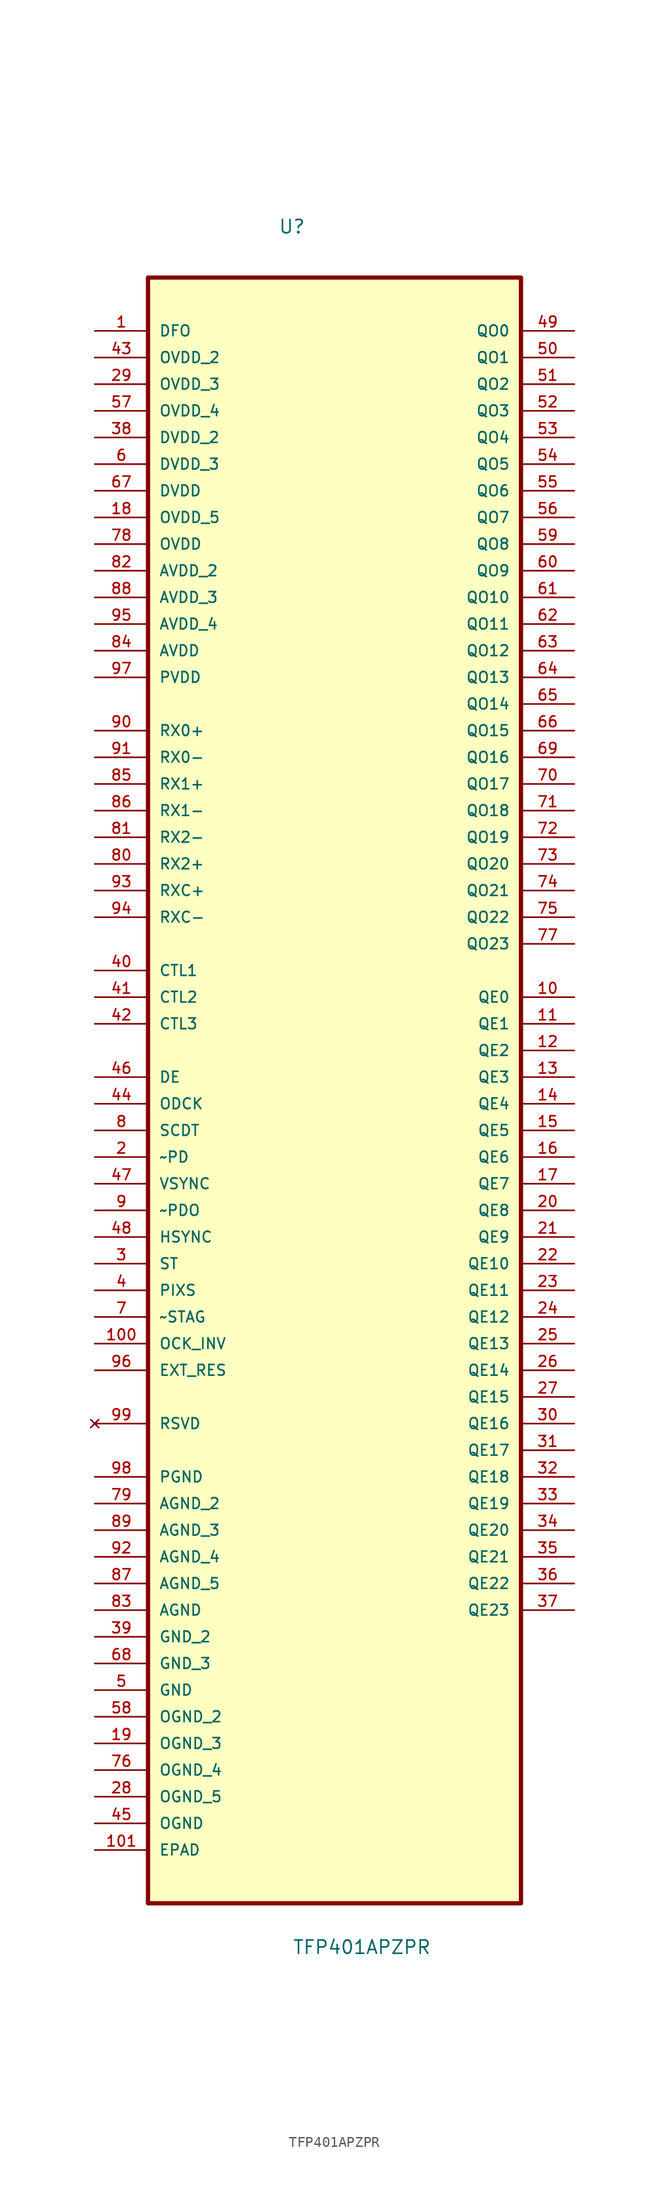
<source format=kicad_sym>
(kicad_symbol_lib
  (version 20231120)
  (generator "kicad_symbol_editor")
  (generator_version "8.0")
  (symbol "TFP401APZPR"
    (pin_names
      (offset 1.016))
    (property "Reference" "U"
      (at -5.364 77.766 0)
      (effects (font (size 1.27 1.27)) (justify left bottom)))
    (property "Value" "TFP401APZPR"
      (at -4.019 -86.206 0)
      (effects (font (size 1.27 1.27)) (justify left bottom)))
    (symbol "TFP401APZPR_0_0"
      (rectangle (start -17.78 -81.28) (end 17.78 73.66) (stroke (width 0.406) (type default)) (fill (type background)))
      (pin input line (at -22.86 68.58 0) (length 5.08) (name "DFO" (effects (font (size 1.016 1.016)))) (number "1" (effects (font (size 1.016 1.016)))))
      (pin output line (at 22.86 5.08 180) (length 5.08) (name "QE0" (effects (font (size 1.016 1.016)))) (number "10" (effects (font (size 1.016 1.016)))))
      (pin input line (at -22.86 -27.94 0) (length 5.08) (name "OCK_INV" (effects (font (size 1.016 1.016)))) (number "100" (effects (font (size 1.016 1.016)))))
      (pin passive line (at -22.86 -76.2 0) (length 5.08) (name "EPAD" (effects (font (size 1.016 1.016)))) (number "101" (effects (font (size 1.016 1.016)))))
      (pin output line (at 22.86 2.54 180) (length 5.08) (name "QE1" (effects (font (size 1.016 1.016)))) (number "11" (effects (font (size 1.016 1.016)))))
      (pin output line (at 22.86 0 180) (length 5.08) (name "QE2" (effects (font (size 1.016 1.016)))) (number "12" (effects (font (size 1.016 1.016)))))
      (pin output line (at 22.86 -2.54 180) (length 5.08) (name "QE3" (effects (font (size 1.016 1.016)))) (number "13" (effects (font (size 1.016 1.016)))))
      (pin output line (at 22.86 -5.08 180) (length 5.08) (name "QE4" (effects (font (size 1.016 1.016)))) (number "14" (effects (font (size 1.016 1.016)))))
      (pin output line (at 22.86 -7.62 180) (length 5.08) (name "QE5" (effects (font (size 1.016 1.016)))) (number "15" (effects (font (size 1.016 1.016)))))
      (pin output line (at 22.86 -10.16 180) (length 5.08) (name "QE6" (effects (font (size 1.016 1.016)))) (number "16" (effects (font (size 1.016 1.016)))))
      (pin output line (at 22.86 -12.7 180) (length 5.08) (name "QE7" (effects (font (size 1.016 1.016)))) (number "17" (effects (font (size 1.016 1.016)))))
      (pin power_in line (at -22.86 50.8 0) (length 5.08) (name "OVDD_5" (effects (font (size 1.016 1.016)))) (number "18" (effects (font (size 1.016 1.016)))))
      (pin passive line (at -22.86 -66.04 0) (length 5.08) (name "OGND_3" (effects (font (size 1.016 1.016)))) (number "19" (effects (font (size 1.016 1.016)))))
      (pin input line (at -22.86 -10.16 0) (length 5.08) (name "~PD" (effects (font (size 1.016 1.016)))) (number "2" (effects (font (size 1.016 1.016)))))
      (pin output line (at 22.86 -15.24 180) (length 5.08) (name "QE8" (effects (font (size 1.016 1.016)))) (number "20" (effects (font (size 1.016 1.016)))))
      (pin output line (at 22.86 -17.78 180) (length 5.08) (name "QE9" (effects (font (size 1.016 1.016)))) (number "21" (effects (font (size 1.016 1.016)))))
      (pin output line (at 22.86 -20.32 180) (length 5.08) (name "QE10" (effects (font (size 1.016 1.016)))) (number "22" (effects (font (size 1.016 1.016)))))
      (pin output line (at 22.86 -22.86 180) (length 5.08) (name "QE11" (effects (font (size 1.016 1.016)))) (number "23" (effects (font (size 1.016 1.016)))))
      (pin output line (at 22.86 -25.4 180) (length 5.08) (name "QE12" (effects (font (size 1.016 1.016)))) (number "24" (effects (font (size 1.016 1.016)))))
      (pin output line (at 22.86 -27.94 180) (length 5.08) (name "QE13" (effects (font (size 1.016 1.016)))) (number "25" (effects (font (size 1.016 1.016)))))
      (pin output line (at 22.86 -30.48 180) (length 5.08) (name "QE14" (effects (font (size 1.016 1.016)))) (number "26" (effects (font (size 1.016 1.016)))))
      (pin output line (at 22.86 -33.02 180) (length 5.08) (name "QE15" (effects (font (size 1.016 1.016)))) (number "27" (effects (font (size 1.016 1.016)))))
      (pin passive line (at -22.86 -71.12 0) (length 5.08) (name "OGND_5" (effects (font (size 1.016 1.016)))) (number "28" (effects (font (size 1.016 1.016)))))
      (pin power_in line (at -22.86 63.5 0) (length 5.08) (name "OVDD_3" (effects (font (size 1.016 1.016)))) (number "29" (effects (font (size 1.016 1.016)))))
      (pin input line (at -22.86 -20.32 0) (length 5.08) (name "ST" (effects (font (size 1.016 1.016)))) (number "3" (effects (font (size 1.016 1.016)))))
      (pin output line (at 22.86 -35.56 180) (length 5.08) (name "QE16" (effects (font (size 1.016 1.016)))) (number "30" (effects (font (size 1.016 1.016)))))
      (pin output line (at 22.86 -38.1 180) (length 5.08) (name "QE17" (effects (font (size 1.016 1.016)))) (number "31" (effects (font (size 1.016 1.016)))))
      (pin output line (at 22.86 -40.64 180) (length 5.08) (name "QE18" (effects (font (size 1.016 1.016)))) (number "32" (effects (font (size 1.016 1.016)))))
      (pin output line (at 22.86 -43.18 180) (length 5.08) (name "QE19" (effects (font (size 1.016 1.016)))) (number "33" (effects (font (size 1.016 1.016)))))
      (pin output line (at 22.86 -45.72 180) (length 5.08) (name "QE20" (effects (font (size 1.016 1.016)))) (number "34" (effects (font (size 1.016 1.016)))))
      (pin output line (at 22.86 -48.26 180) (length 5.08) (name "QE21" (effects (font (size 1.016 1.016)))) (number "35" (effects (font (size 1.016 1.016)))))
      (pin output line (at 22.86 -50.8 180) (length 5.08) (name "QE22" (effects (font (size 1.016 1.016)))) (number "36" (effects (font (size 1.016 1.016)))))
      (pin output line (at 22.86 -53.34 180) (length 5.08) (name "QE23" (effects (font (size 1.016 1.016)))) (number "37" (effects (font (size 1.016 1.016)))))
      (pin power_in line (at -22.86 58.42 0) (length 5.08) (name "DVDD_2" (effects (font (size 1.016 1.016)))) (number "38" (effects (font (size 1.016 1.016)))))
      (pin passive line (at -22.86 -55.88 0) (length 5.08) (name "GND_2" (effects (font (size 1.016 1.016)))) (number "39" (effects (font (size 1.016 1.016)))))
      (pin input line (at -22.86 -22.86 0) (length 5.08) (name "PIXS" (effects (font (size 1.016 1.016)))) (number "4" (effects (font (size 1.016 1.016)))))
      (pin output line (at -22.86 7.62 0) (length 5.08) (name "CTL1" (effects (font (size 1.016 1.016)))) (number "40" (effects (font (size 1.016 1.016)))))
      (pin output line (at -22.86 5.08 0) (length 5.08) (name "CTL2" (effects (font (size 1.016 1.016)))) (number "41" (effects (font (size 1.016 1.016)))))
      (pin output line (at -22.86 2.54 0) (length 5.08) (name "CTL3" (effects (font (size 1.016 1.016)))) (number "42" (effects (font (size 1.016 1.016)))))
      (pin power_in line (at -22.86 66.04 0) (length 5.08) (name "OVDD_2" (effects (font (size 1.016 1.016)))) (number "43" (effects (font (size 1.016 1.016)))))
      (pin output line (at -22.86 -5.08 0) (length 5.08) (name "ODCK" (effects (font (size 1.016 1.016)))) (number "44" (effects (font (size 1.016 1.016)))))
      (pin passive line (at -22.86 -73.66 0) (length 5.08) (name "OGND" (effects (font (size 1.016 1.016)))) (number "45" (effects (font (size 1.016 1.016)))))
      (pin output line (at -22.86 -2.54 0) (length 5.08) (name "DE" (effects (font (size 1.016 1.016)))) (number "46" (effects (font (size 1.016 1.016)))))
      (pin output line (at -22.86 -12.7 0) (length 5.08) (name "VSYNC" (effects (font (size 1.016 1.016)))) (number "47" (effects (font (size 1.016 1.016)))))
      (pin output line (at -22.86 -17.78 0) (length 5.08) (name "HSYNC" (effects (font (size 1.016 1.016)))) (number "48" (effects (font (size 1.016 1.016)))))
      (pin output line (at 22.86 68.58 180) (length 5.08) (name "QO0" (effects (font (size 1.016 1.016)))) (number "49" (effects (font (size 1.016 1.016)))))
      (pin passive line (at -22.86 -60.96 0) (length 5.08) (name "GND" (effects (font (size 1.016 1.016)))) (number "5" (effects (font (size 1.016 1.016)))))
      (pin output line (at 22.86 66.04 180) (length 5.08) (name "QO1" (effects (font (size 1.016 1.016)))) (number "50" (effects (font (size 1.016 1.016)))))
      (pin output line (at 22.86 63.5 180) (length 5.08) (name "QO2" (effects (font (size 1.016 1.016)))) (number "51" (effects (font (size 1.016 1.016)))))
      (pin output line (at 22.86 60.96 180) (length 5.08) (name "QO3" (effects (font (size 1.016 1.016)))) (number "52" (effects (font (size 1.016 1.016)))))
      (pin output line (at 22.86 58.42 180) (length 5.08) (name "QO4" (effects (font (size 1.016 1.016)))) (number "53" (effects (font (size 1.016 1.016)))))
      (pin output line (at 22.86 55.88 180) (length 5.08) (name "QO5" (effects (font (size 1.016 1.016)))) (number "54" (effects (font (size 1.016 1.016)))))
      (pin output line (at 22.86 53.34 180) (length 5.08) (name "QO6" (effects (font (size 1.016 1.016)))) (number "55" (effects (font (size 1.016 1.016)))))
      (pin output line (at 22.86 50.8 180) (length 5.08) (name "QO7" (effects (font (size 1.016 1.016)))) (number "56" (effects (font (size 1.016 1.016)))))
      (pin power_in line (at -22.86 60.96 0) (length 5.08) (name "OVDD_4" (effects (font (size 1.016 1.016)))) (number "57" (effects (font (size 1.016 1.016)))))
      (pin passive line (at -22.86 -63.5 0) (length 5.08) (name "OGND_2" (effects (font (size 1.016 1.016)))) (number "58" (effects (font (size 1.016 1.016)))))
      (pin output line (at 22.86 48.26 180) (length 5.08) (name "QO8" (effects (font (size 1.016 1.016)))) (number "59" (effects (font (size 1.016 1.016)))))
      (pin power_in line (at -22.86 55.88 0) (length 5.08) (name "DVDD_3" (effects (font (size 1.016 1.016)))) (number "6" (effects (font (size 1.016 1.016)))))
      (pin output line (at 22.86 45.72 180) (length 5.08) (name "QO9" (effects (font (size 1.016 1.016)))) (number "60" (effects (font (size 1.016 1.016)))))
      (pin output line (at 22.86 43.18 180) (length 5.08) (name "QO10" (effects (font (size 1.016 1.016)))) (number "61" (effects (font (size 1.016 1.016)))))
      (pin output line (at 22.86 40.64 180) (length 5.08) (name "QO11" (effects (font (size 1.016 1.016)))) (number "62" (effects (font (size 1.016 1.016)))))
      (pin output line (at 22.86 38.1 180) (length 5.08) (name "QO12" (effects (font (size 1.016 1.016)))) (number "63" (effects (font (size 1.016 1.016)))))
      (pin output line (at 22.86 35.56 180) (length 5.08) (name "QO13" (effects (font (size 1.016 1.016)))) (number "64" (effects (font (size 1.016 1.016)))))
      (pin output line (at 22.86 33.02 180) (length 5.08) (name "QO14" (effects (font (size 1.016 1.016)))) (number "65" (effects (font (size 1.016 1.016)))))
      (pin output line (at 22.86 30.48 180) (length 5.08) (name "QO15" (effects (font (size 1.016 1.016)))) (number "66" (effects (font (size 1.016 1.016)))))
      (pin power_in line (at -22.86 53.34 0) (length 5.08) (name "DVDD" (effects (font (size 1.016 1.016)))) (number "67" (effects (font (size 1.016 1.016)))))
      (pin passive line (at -22.86 -58.42 0) (length 5.08) (name "GND_3" (effects (font (size 1.016 1.016)))) (number "68" (effects (font (size 1.016 1.016)))))
      (pin output line (at 22.86 27.94 180) (length 5.08) (name "QO16" (effects (font (size 1.016 1.016)))) (number "69" (effects (font (size 1.016 1.016)))))
      (pin input line (at -22.86 -25.4 0) (length 5.08) (name "~STAG" (effects (font (size 1.016 1.016)))) (number "7" (effects (font (size 1.016 1.016)))))
      (pin output line (at 22.86 25.4 180) (length 5.08) (name "QO17" (effects (font (size 1.016 1.016)))) (number "70" (effects (font (size 1.016 1.016)))))
      (pin output line (at 22.86 22.86 180) (length 5.08) (name "QO18" (effects (font (size 1.016 1.016)))) (number "71" (effects (font (size 1.016 1.016)))))
      (pin output line (at 22.86 20.32 180) (length 5.08) (name "QO19" (effects (font (size 1.016 1.016)))) (number "72" (effects (font (size 1.016 1.016)))))
      (pin output line (at 22.86 17.78 180) (length 5.08) (name "QO20" (effects (font (size 1.016 1.016)))) (number "73" (effects (font (size 1.016 1.016)))))
      (pin output line (at 22.86 15.24 180) (length 5.08) (name "QO21" (effects (font (size 1.016 1.016)))) (number "74" (effects (font (size 1.016 1.016)))))
      (pin output line (at 22.86 12.7 180) (length 5.08) (name "QO22" (effects (font (size 1.016 1.016)))) (number "75" (effects (font (size 1.016 1.016)))))
      (pin passive line (at -22.86 -68.58 0) (length 5.08) (name "OGND_4" (effects (font (size 1.016 1.016)))) (number "76" (effects (font (size 1.016 1.016)))))
      (pin output line (at 22.86 10.16 180) (length 5.08) (name "QO23" (effects (font (size 1.016 1.016)))) (number "77" (effects (font (size 1.016 1.016)))))
      (pin power_in line (at -22.86 48.26 0) (length 5.08) (name "OVDD" (effects (font (size 1.016 1.016)))) (number "78" (effects (font (size 1.016 1.016)))))
      (pin passive line (at -22.86 -43.18 0) (length 5.08) (name "AGND_2" (effects (font (size 1.016 1.016)))) (number "79" (effects (font (size 1.016 1.016)))))
      (pin output line (at -22.86 -7.62 0) (length 5.08) (name "SCDT" (effects (font (size 1.016 1.016)))) (number "8" (effects (font (size 1.016 1.016)))))
      (pin input line (at -22.86 17.78 0) (length 5.08) (name "RX2+" (effects (font (size 1.016 1.016)))) (number "80" (effects (font (size 1.016 1.016)))))
      (pin input line (at -22.86 20.32 0) (length 5.08) (name "RX2-" (effects (font (size 1.016 1.016)))) (number "81" (effects (font (size 1.016 1.016)))))
      (pin power_in line (at -22.86 45.72 0) (length 5.08) (name "AVDD_2" (effects (font (size 1.016 1.016)))) (number "82" (effects (font (size 1.016 1.016)))))
      (pin passive line (at -22.86 -53.34 0) (length 5.08) (name "AGND" (effects (font (size 1.016 1.016)))) (number "83" (effects (font (size 1.016 1.016)))))
      (pin power_in line (at -22.86 38.1 0) (length 5.08) (name "AVDD" (effects (font (size 1.016 1.016)))) (number "84" (effects (font (size 1.016 1.016)))))
      (pin input line (at -22.86 25.4 0) (length 5.08) (name "RX1+" (effects (font (size 1.016 1.016)))) (number "85" (effects (font (size 1.016 1.016)))))
      (pin input line (at -22.86 22.86 0) (length 5.08) (name "RX1-" (effects (font (size 1.016 1.016)))) (number "86" (effects (font (size 1.016 1.016)))))
      (pin passive line (at -22.86 -50.8 0) (length 5.08) (name "AGND_5" (effects (font (size 1.016 1.016)))) (number "87" (effects (font (size 1.016 1.016)))))
      (pin power_in line (at -22.86 43.18 0) (length 5.08) (name "AVDD_3" (effects (font (size 1.016 1.016)))) (number "88" (effects (font (size 1.016 1.016)))))
      (pin passive line (at -22.86 -45.72 0) (length 5.08) (name "AGND_3" (effects (font (size 1.016 1.016)))) (number "89" (effects (font (size 1.016 1.016)))))
      (pin input line (at -22.86 -15.24 0) (length 5.08) (name "~PDO" (effects (font (size 1.016 1.016)))) (number "9" (effects (font (size 1.016 1.016)))))
      (pin input line (at -22.86 30.48 0) (length 5.08) (name "RX0+" (effects (font (size 1.016 1.016)))) (number "90" (effects (font (size 1.016 1.016)))))
      (pin input line (at -22.86 27.94 0) (length 5.08) (name "RX0-" (effects (font (size 1.016 1.016)))) (number "91" (effects (font (size 1.016 1.016)))))
      (pin passive line (at -22.86 -48.26 0) (length 5.08) (name "AGND_4" (effects (font (size 1.016 1.016)))) (number "92" (effects (font (size 1.016 1.016)))))
      (pin input line (at -22.86 15.24 0) (length 5.08) (name "RXC+" (effects (font (size 1.016 1.016)))) (number "93" (effects (font (size 1.016 1.016)))))
      (pin input line (at -22.86 12.7 0) (length 5.08) (name "RXC-" (effects (font (size 1.016 1.016)))) (number "94" (effects (font (size 1.016 1.016)))))
      (pin power_in line (at -22.86 40.64 0) (length 5.08) (name "AVDD_4" (effects (font (size 1.016 1.016)))) (number "95" (effects (font (size 1.016 1.016)))))
      (pin input line (at -22.86 -30.48 0) (length 5.08) (name "EXT_RES" (effects (font (size 1.016 1.016)))) (number "96" (effects (font (size 1.016 1.016)))))
      (pin power_in line (at -22.86 35.56 0) (length 5.08) (name "PVDD" (effects (font (size 1.016 1.016)))) (number "97" (effects (font (size 1.016 1.016)))))
      (pin passive line (at -22.86 -40.64 0) (length 5.08) (name "PGND" (effects (font (size 1.016 1.016)))) (number "98" (effects (font (size 1.016 1.016)))))
      (pin no_connect line (at -22.86 -35.56 0) (length 5.08) (name "RSVD" (effects (font (size 1.016 1.016)))) (number "99" (effects (font (size 1.016 1.016))))))))
</source>
